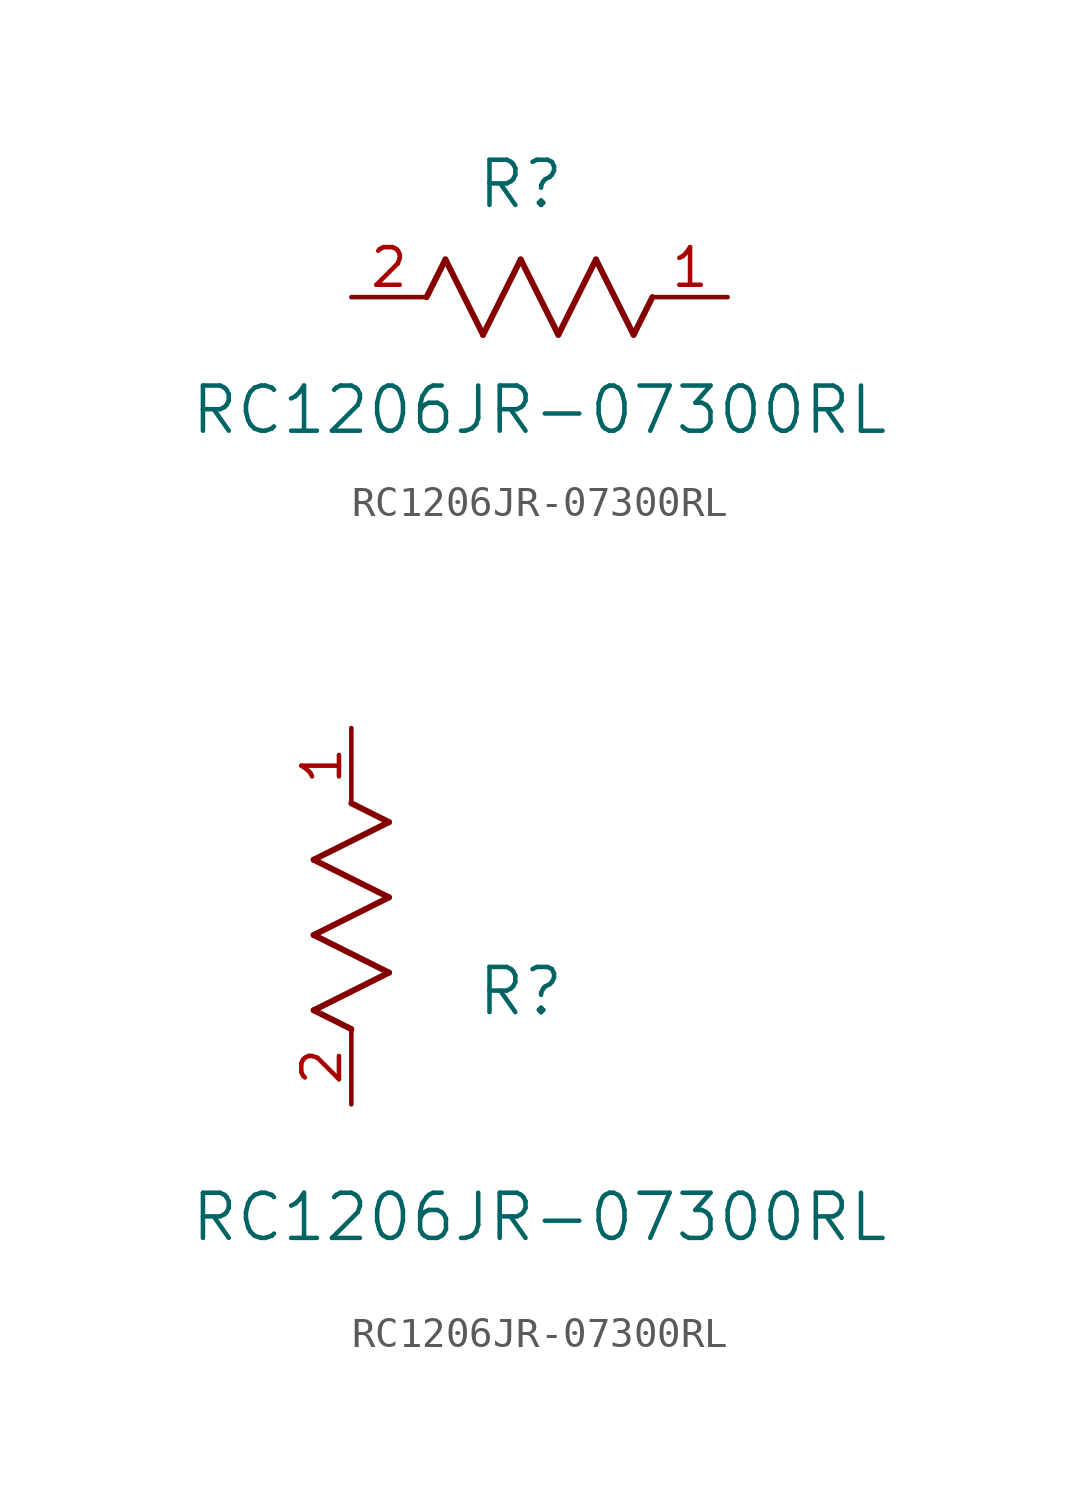
<source format=kicad_sym>
(kicad_symbol_lib
  (version 20211014)
  (generator kicad_symbol_editor)
  (symbol "RC1206JR-07300RL"
    (pin_names
      (offset 0.254))
    (property "Reference" "R"
      (at 5.715 3.81 0)
      (effects (font (size 1.524 1.524))))
    (property "Value" "RC1206JR-07300RL"
      (at 6.35 -3.81 0)
      (effects (font (size 1.524 1.524))))
    (symbol "RC1206JR-07300RL_1_1"
      (polyline (pts (xy 3.175 1.27) (xy 4.445 -1.27)) (stroke (width 0.203) (type default) (color 0 0 0 0)) (fill (type none)))
      (polyline (pts (xy 4.445 -1.27) (xy 5.715 1.27)) (stroke (width 0.203) (type default) (color 0 0 0 0)) (fill (type none)))
      (polyline (pts (xy 5.715 1.27) (xy 6.985 -1.27)) (stroke (width 0.203) (type default) (color 0 0 0 0)) (fill (type none)))
      (polyline (pts (xy 6.985 -1.27) (xy 8.255 1.27)) (stroke (width 0.203) (type default) (color 0 0 0 0)) (fill (type none)))
      (polyline (pts (xy 8.255 1.27) (xy 9.525 -1.27)) (stroke (width 0.203) (type default) (color 0 0 0 0)) (fill (type none)))
      (polyline (pts (xy 2.54 0) (xy 3.175 1.27)) (stroke (width 0.203) (type default) (color 0 0 0 0)) (fill (type none)))
      (polyline (pts (xy 9.525 -1.27) (xy 10.16 0)) (stroke (width 0.203) (type default) (color 0 0 0 0)) (fill (type none)))
      (pin unspecified line (at 12.7 0 180) (length 2.54) (name "" (effects (font (size 1.27 1.27)))) (number "1" (effects (font (size 1.27 1.27)))))
      (pin unspecified line (at 0 0 0) (length 2.54) (name "" (effects (font (size 1.27 1.27)))) (number "2" (effects (font (size 1.27 1.27))))))
    (symbol "RC1206JR-07300RL_1_2"
      (polyline (pts (xy 0 2.54) (xy -1.27 3.175)) (stroke (width 0.203) (type default) (color 0 0 0 0)) (fill (type none)))
      (polyline (pts (xy -1.27 3.175) (xy 1.27 4.445)) (stroke (width 0.203) (type default) (color 0 0 0 0)) (fill (type none)))
      (polyline (pts (xy 1.27 4.445) (xy -1.27 5.715)) (stroke (width 0.203) (type default) (color 0 0 0 0)) (fill (type none)))
      (polyline (pts (xy -1.27 5.715) (xy 1.27 6.985)) (stroke (width 0.203) (type default) (color 0 0 0 0)) (fill (type none)))
      (polyline (pts (xy -1.27 8.255) (xy 1.27 9.525)) (stroke (width 0.203) (type default) (color 0 0 0 0)) (fill (type none)))
      (polyline (pts (xy 1.27 9.525) (xy 0 10.16)) (stroke (width 0.203) (type default) (color 0 0 0 0)) (fill (type none)))
      (polyline (pts (xy 1.27 6.985) (xy -1.27 8.255)) (stroke (width 0.203) (type default) (color 0 0 0 0)) (fill (type none)))
      (pin unspecified line (at 0 12.7 270) (length 2.54) (name "" (effects (font (size 1.27 1.27)))) (number "1" (effects (font (size 1.27 1.27)))))
      (pin unspecified line (at 0 0 90) (length 2.54) (name "" (effects (font (size 1.27 1.27)))) (number "2" (effects (font (size 1.27 1.27))))))))
</source>
